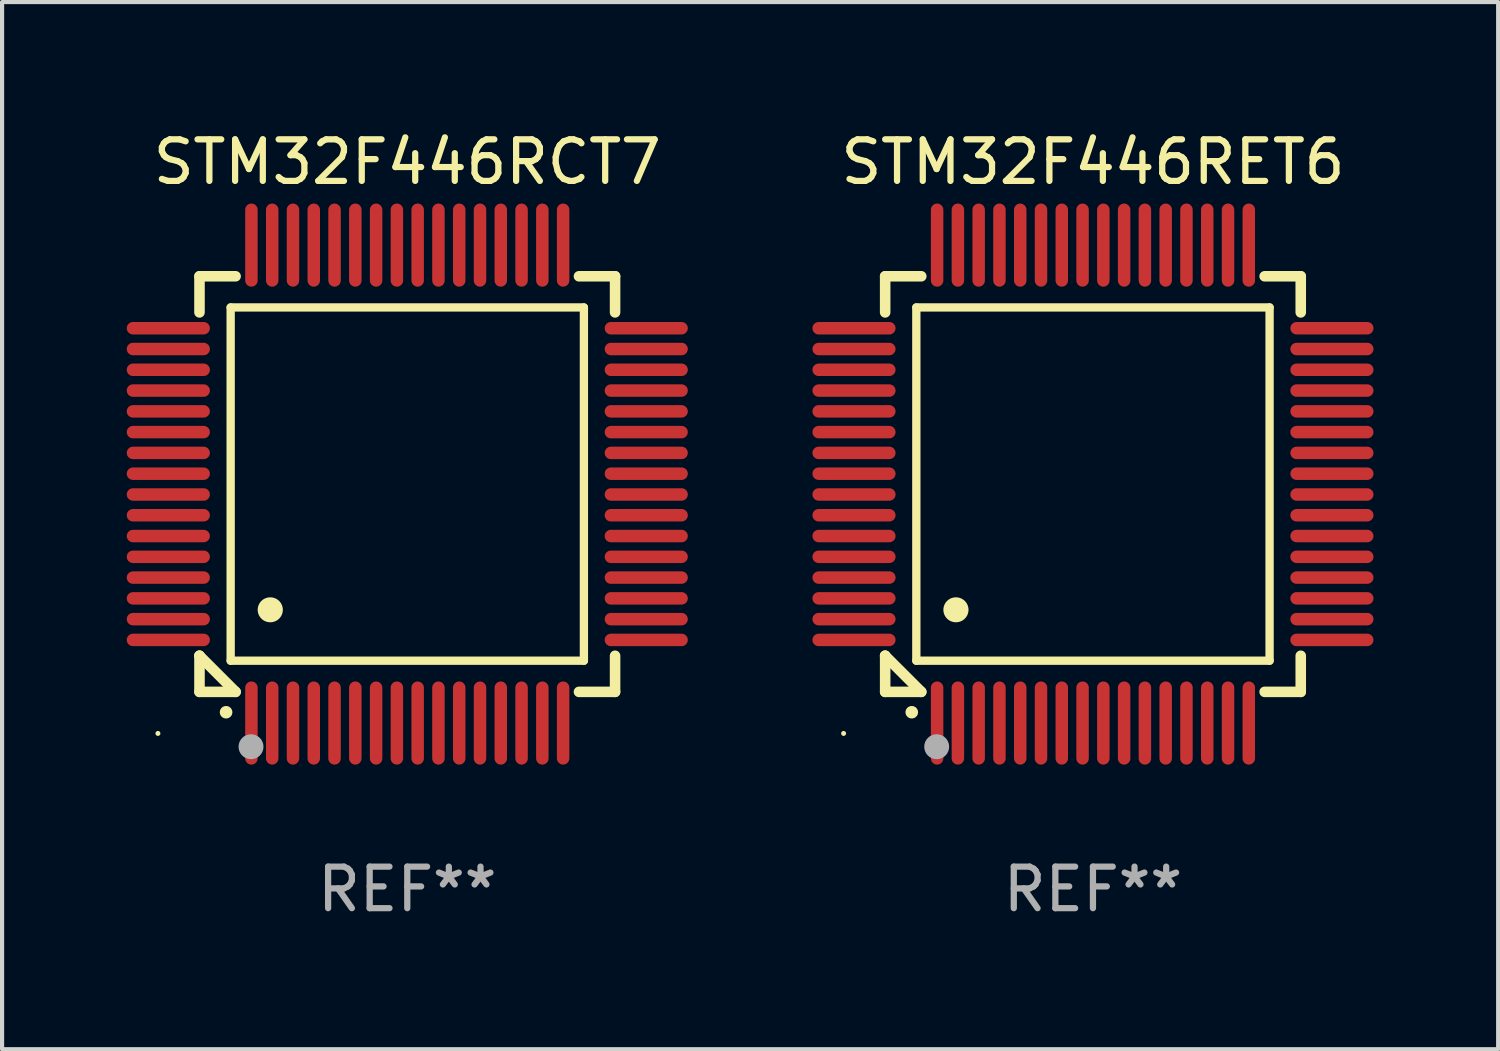
<source format=kicad_pcb>
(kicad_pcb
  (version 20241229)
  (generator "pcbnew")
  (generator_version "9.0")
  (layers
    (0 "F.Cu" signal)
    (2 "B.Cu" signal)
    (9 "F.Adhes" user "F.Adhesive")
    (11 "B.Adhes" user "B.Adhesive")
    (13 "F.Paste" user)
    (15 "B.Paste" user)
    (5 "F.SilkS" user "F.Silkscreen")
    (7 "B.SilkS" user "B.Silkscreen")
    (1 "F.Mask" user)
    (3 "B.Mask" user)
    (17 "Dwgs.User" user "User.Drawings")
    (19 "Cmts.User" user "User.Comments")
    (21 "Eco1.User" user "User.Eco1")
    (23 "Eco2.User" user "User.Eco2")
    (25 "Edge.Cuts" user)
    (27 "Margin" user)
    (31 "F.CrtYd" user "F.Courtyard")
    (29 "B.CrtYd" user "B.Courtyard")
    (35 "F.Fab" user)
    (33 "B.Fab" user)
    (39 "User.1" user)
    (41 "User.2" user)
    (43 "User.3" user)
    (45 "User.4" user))
  (footprint "STM32F446RET6"
    (layer "F.Cu")
    (at 23.249 8.598)
    (property "Reference" "STM32F446RET6" (at 0 -7.75 0) (layer "F.SilkS") (effects (font (size 1 1) (thickness 0.15))))
    (attr through_hole)
    (fp_line (start -5 -5) (end -4.131 -5) (stroke (width 0.254) (type solid)) (layer "F.SilkS"))
    (fp_line (start -5 -4.131) (end -5 -5) (stroke (width 0.254) (type solid)) (layer "F.SilkS"))
    (fp_line (start -5 4.131) (end -5 4.131) (stroke (width 0.254) (type solid)) (layer "F.SilkS"))
    (fp_line (start -5 5) (end -5 4.131) (stroke (width 0.254) (type solid)) (layer "F.SilkS"))
    (fp_line (start -5 4.131) (end -4.131 5) (stroke (width 0.254) (type solid)) (layer "F.SilkS"))
    (fp_line (start -4.25 -4.25) (end -4.25 4.25) (stroke (width 0.2) (type solid)) (layer "F.SilkS"))
    (fp_line (start -4.25 4.25) (end 4.25 4.25) (stroke (width 0.2) (type solid)) (layer "F.SilkS"))
    (fp_line (start -4.131 5) (end -5 5) (stroke (width 0.254) (type solid)) (layer "F.SilkS"))
    (fp_line (start 4.25 -4.25) (end -4.25 -4.25) (stroke (width 0.2) (type solid)) (layer "F.SilkS"))
    (fp_line (start 4.25 4.25) (end 4.25 -4.25) (stroke (width 0.2) (type solid)) (layer "F.SilkS"))
    (fp_line (start 5 -5) (end 4.131 -5) (stroke (width 0.254) (type solid)) (layer "F.SilkS"))
    (fp_line (start 5 -5) (end 5 -4.131) (stroke (width 0.254) (type solid)) (layer "F.SilkS"))
    (fp_line (start 5 4.131) (end 5 5) (stroke (width 0.254) (type solid)) (layer "F.SilkS"))
    (fp_line (start 5 5) (end 4.131 5) (stroke (width 0.254) (type solid)) (layer "F.SilkS"))
    (fp_arc (start -4.361265 5.489992) (mid -4.359995 5.489987) (end -4.358725 5.489992) (stroke (width 0.3) (type solid)) (layer "F.SilkS"))
    (fp_arc (start -3.299467 3.025146) (mid -3.296927 3.025135) (end -3.294387 3.025146) (stroke (width 0.6) (type solid)) (layer "F.SilkS"))
    (fp_circle (center -6 6) (end -5.97 6) (stroke (width 0.06) (type solid)) (fill no) (layer "F.SilkS"))
    (fp_circle (center -3.76 6.32) (end -3.61 6.32) (stroke (width 0.3) (type solid)) (fill no) (layer "F.Fab"))
    (fp_text user "REF**" (at 0 9.75 0) (layer "F.Fab") (effects (font (size 1 1) (thickness 0.15))))
    (pad "1" smd oval (at -3.75 5.75) (size 0.3 2) (layers "F.Cu" "F.Mask" "F.Paste"))
    (pad "2" smd oval (at -3.25 5.75) (size 0.3 2) (layers "F.Cu" "F.Mask" "F.Paste"))
    (pad "3" smd oval (at -2.75 5.75) (size 0.3 2) (layers "F.Cu" "F.Mask" "F.Paste"))
    (pad "4" smd oval (at -2.25 5.75) (size 0.3 2) (layers "F.Cu" "F.Mask" "F.Paste"))
    (pad "5" smd oval (at -1.75 5.75) (size 0.3 2) (layers "F.Cu" "F.Mask" "F.Paste"))
    (pad "6" smd oval (at -1.25 5.75) (size 0.3 2) (layers "F.Cu" "F.Mask" "F.Paste"))
    (pad "7" smd oval (at -0.75 5.75) (size 0.3 2) (layers "F.Cu" "F.Mask" "F.Paste"))
    (pad "8" smd oval (at -0.25 5.75) (size 0.3 2) (layers "F.Cu" "F.Mask" "F.Paste"))
    (pad "9" smd oval (at 0.25 5.75) (size 0.3 2) (layers "F.Cu" "F.Mask" "F.Paste"))
    (pad "10" smd oval (at 0.75 5.75) (size 0.3 2) (layers "F.Cu" "F.Mask" "F.Paste"))
    (pad "11" smd oval (at 1.25 5.75) (size 0.3 2) (layers "F.Cu" "F.Mask" "F.Paste"))
    (pad "12" smd oval (at 1.75 5.75) (size 0.3 2) (layers "F.Cu" "F.Mask" "F.Paste"))
    (pad "13" smd oval (at 2.25 5.75) (size 0.3 2) (layers "F.Cu" "F.Mask" "F.Paste"))
    (pad "14" smd oval (at 2.75 5.75) (size 0.3 2) (layers "F.Cu" "F.Mask" "F.Paste"))
    (pad "15" smd oval (at 3.25 5.75) (size 0.3 2) (layers "F.Cu" "F.Mask" "F.Paste"))
    (pad "16" smd oval (at 3.75 5.75) (size 0.3 2) (layers "F.Cu" "F.Mask" "F.Paste"))
    (pad "17" smd oval (at 5.75 3.75) (size 2 0.3) (layers "F.Cu" "F.Mask" "F.Paste"))
    (pad "18" smd oval (at 5.75 3.25) (size 2 0.3) (layers "F.Cu" "F.Mask" "F.Paste"))
    (pad "19" smd oval (at 5.75 2.75) (size 2 0.3) (layers "F.Cu" "F.Mask" "F.Paste"))
    (pad "20" smd oval (at 5.75 2.25) (size 2 0.3) (layers "F.Cu" "F.Mask" "F.Paste"))
    (pad "21" smd oval (at 5.75 1.75) (size 2 0.3) (layers "F.Cu" "F.Mask" "F.Paste"))
    (pad "22" smd oval (at 5.75 1.25) (size 2 0.3) (layers "F.Cu" "F.Mask" "F.Paste"))
    (pad "23" smd oval (at 5.75 0.75) (size 2 0.3) (layers "F.Cu" "F.Mask" "F.Paste"))
    (pad "24" smd oval (at 5.75 0.25) (size 2 0.3) (layers "F.Cu" "F.Mask" "F.Paste"))
    (pad "25" smd oval (at 5.75 -0.25) (size 2 0.3) (layers "F.Cu" "F.Mask" "F.Paste"))
    (pad "26" smd oval (at 5.75 -0.75) (size 2 0.3) (layers "F.Cu" "F.Mask" "F.Paste"))
    (pad "27" smd oval (at 5.75 -1.25) (size 2 0.3) (layers "F.Cu" "F.Mask" "F.Paste"))
    (pad "28" smd oval (at 5.75 -1.75) (size 2 0.3) (layers "F.Cu" "F.Mask" "F.Paste"))
    (pad "29" smd oval (at 5.75 -2.25) (size 2 0.3) (layers "F.Cu" "F.Mask" "F.Paste"))
    (pad "30" smd oval (at 5.75 -2.75) (size 2 0.3) (layers "F.Cu" "F.Mask" "F.Paste"))
    (pad "31" smd oval (at 5.75 -3.25) (size 2 0.3) (layers "F.Cu" "F.Mask" "F.Paste"))
    (pad "32" smd oval (at 5.75 -3.75) (size 2 0.3) (layers "F.Cu" "F.Mask" "F.Paste"))
    (pad "33" smd oval (at 3.75 -5.75) (size 0.3 2) (layers "F.Cu" "F.Mask" "F.Paste"))
    (pad "34" smd oval (at 3.25 -5.75) (size 0.3 2) (layers "F.Cu" "F.Mask" "F.Paste"))
    (pad "35" smd oval (at 2.75 -5.75) (size 0.3 2) (layers "F.Cu" "F.Mask" "F.Paste"))
    (pad "36" smd oval (at 2.25 -5.75) (size 0.3 2) (layers "F.Cu" "F.Mask" "F.Paste"))
    (pad "37" smd oval (at 1.75 -5.75) (size 0.3 2) (layers "F.Cu" "F.Mask" "F.Paste"))
    (pad "38" smd oval (at 1.25 -5.75) (size 0.3 2) (layers "F.Cu" "F.Mask" "F.Paste"))
    (pad "39" smd oval (at 0.75 -5.75) (size 0.3 2) (layers "F.Cu" "F.Mask" "F.Paste"))
    (pad "40" smd oval (at 0.25 -5.75) (size 0.3 2) (layers "F.Cu" "F.Mask" "F.Paste"))
    (pad "41" smd oval (at -0.25 -5.75) (size 0.3 2) (layers "F.Cu" "F.Mask" "F.Paste"))
    (pad "42" smd oval (at -0.75 -5.75) (size 0.3 2) (layers "F.Cu" "F.Mask" "F.Paste"))
    (pad "43" smd oval (at -1.25 -5.75) (size 0.3 2) (layers "F.Cu" "F.Mask" "F.Paste"))
    (pad "44" smd oval (at -1.75 -5.75) (size 0.3 2) (layers "F.Cu" "F.Mask" "F.Paste"))
    (pad "45" smd oval (at -2.25 -5.75) (size 0.3 2) (layers "F.Cu" "F.Mask" "F.Paste"))
    (pad "46" smd oval (at -2.75 -5.75) (size 0.3 2) (layers "F.Cu" "F.Mask" "F.Paste"))
    (pad "47" smd oval (at -3.25 -5.75) (size 0.3 2) (layers "F.Cu" "F.Mask" "F.Paste"))
    (pad "48" smd oval (at -3.75 -5.75) (size 0.3 2) (layers "F.Cu" "F.Mask" "F.Paste"))
    (pad "49" smd oval (at -5.75 -3.75) (size 2 0.3) (layers "F.Cu" "F.Mask" "F.Paste"))
    (pad "50" smd oval (at -5.75 -3.25) (size 2 0.3) (layers "F.Cu" "F.Mask" "F.Paste"))
    (pad "51" smd oval (at -5.75 -2.75) (size 2 0.3) (layers "F.Cu" "F.Mask" "F.Paste"))
    (pad "52" smd oval (at -5.75 -2.25) (size 2 0.3) (layers "F.Cu" "F.Mask" "F.Paste"))
    (pad "53" smd oval (at -5.75 -1.75) (size 2 0.3) (layers "F.Cu" "F.Mask" "F.Paste"))
    (pad "54" smd oval (at -5.75 -1.25) (size 2 0.3) (layers "F.Cu" "F.Mask" "F.Paste"))
    (pad "55" smd oval (at -5.75 -0.75) (size 2 0.3) (layers "F.Cu" "F.Mask" "F.Paste"))
    (pad "56" smd oval (at -5.75 -0.25) (size 2 0.3) (layers "F.Cu" "F.Mask" "F.Paste"))
    (pad "57" smd oval (at -5.75 0.25) (size 2 0.3) (layers "F.Cu" "F.Mask" "F.Paste"))
    (pad "58" smd oval (at -5.75 0.75) (size 2 0.3) (layers "F.Cu" "F.Mask" "F.Paste"))
    (pad "59" smd oval (at -5.75 1.25) (size 2 0.3) (layers "F.Cu" "F.Mask" "F.Paste"))
    (pad "60" smd oval (at -5.75 1.75) (size 2 0.3) (layers "F.Cu" "F.Mask" "F.Paste"))
    (pad "61" smd oval (at -5.75 2.25) (size 2 0.3) (layers "F.Cu" "F.Mask" "F.Paste"))
    (pad "62" smd oval (at -5.75 2.75) (size 2 0.3) (layers "F.Cu" "F.Mask" "F.Paste"))
    (pad "63" smd oval (at -5.75 3.25) (size 2 0.3) (layers "F.Cu" "F.Mask" "F.Paste"))
    (pad "64" smd oval (at -5.75 3.75) (size 2 0.3) (layers "F.Cu" "F.Mask" "F.Paste")))
  (footprint "STM32F446RCT7"
    (layer "F.Cu")
    (at 6.75 8.598)
    (property "Reference" "STM32F446RCT7" (at 0 -7.75 0) (layer "F.SilkS") (effects (font (size 1 1) (thickness 0.15))))
    (attr through_hole)
    (fp_line (start -5 -5) (end -4.131 -5) (stroke (width 0.254) (type solid)) (layer "F.SilkS"))
    (fp_line (start -5 -4.131) (end -5 -5) (stroke (width 0.254) (type solid)) (layer "F.SilkS"))
    (fp_line (start -5 4.131) (end -5 4.131) (stroke (width 0.254) (type solid)) (layer "F.SilkS"))
    (fp_line (start -5 5) (end -5 4.131) (stroke (width 0.254) (type solid)) (layer "F.SilkS"))
    (fp_line (start -5 4.131) (end -4.131 5) (stroke (width 0.254) (type solid)) (layer "F.SilkS"))
    (fp_line (start -4.25 -4.25) (end -4.25 4.25) (stroke (width 0.2) (type solid)) (layer "F.SilkS"))
    (fp_line (start -4.25 4.25) (end 4.25 4.25) (stroke (width 0.2) (type solid)) (layer "F.SilkS"))
    (fp_line (start -4.131 5) (end -5 5) (stroke (width 0.254) (type solid)) (layer "F.SilkS"))
    (fp_line (start 4.25 -4.25) (end -4.25 -4.25) (stroke (width 0.2) (type solid)) (layer "F.SilkS"))
    (fp_line (start 4.25 4.25) (end 4.25 -4.25) (stroke (width 0.2) (type solid)) (layer "F.SilkS"))
    (fp_line (start 5 -5) (end 4.131 -5) (stroke (width 0.254) (type solid)) (layer "F.SilkS"))
    (fp_line (start 5 -5) (end 5 -4.131) (stroke (width 0.254) (type solid)) (layer "F.SilkS"))
    (fp_line (start 5 4.131) (end 5 5) (stroke (width 0.254) (type solid)) (layer "F.SilkS"))
    (fp_line (start 5 5) (end 4.131 5) (stroke (width 0.254) (type solid)) (layer "F.SilkS"))
    (fp_arc (start -4.361265 5.489992) (mid -4.359995 5.489987) (end -4.358725 5.489992) (stroke (width 0.3) (type solid)) (layer "F.SilkS"))
    (fp_arc (start -3.299467 3.025146) (mid -3.296927 3.025135) (end -3.294387 3.025146) (stroke (width 0.6) (type solid)) (layer "F.SilkS"))
    (fp_circle (center -6 6) (end -5.97 6) (stroke (width 0.06) (type solid)) (fill no) (layer "F.SilkS"))
    (fp_circle (center -3.76 6.32) (end -3.61 6.32) (stroke (width 0.3) (type solid)) (fill no) (layer "F.Fab"))
    (fp_text user "REF**" (at 0 9.75 0) (layer "F.Fab") (effects (font (size 1 1) (thickness 0.15))))
    (pad "1" smd oval (at -3.75 5.75) (size 0.3 2) (layers "F.Cu" "F.Mask" "F.Paste"))
    (pad "2" smd oval (at -3.25 5.75) (size 0.3 2) (layers "F.Cu" "F.Mask" "F.Paste"))
    (pad "3" smd oval (at -2.75 5.75) (size 0.3 2) (layers "F.Cu" "F.Mask" "F.Paste"))
    (pad "4" smd oval (at -2.25 5.75) (size 0.3 2) (layers "F.Cu" "F.Mask" "F.Paste"))
    (pad "5" smd oval (at -1.75 5.75) (size 0.3 2) (layers "F.Cu" "F.Mask" "F.Paste"))
    (pad "6" smd oval (at -1.25 5.75) (size 0.3 2) (layers "F.Cu" "F.Mask" "F.Paste"))
    (pad "7" smd oval (at -0.75 5.75) (size 0.3 2) (layers "F.Cu" "F.Mask" "F.Paste"))
    (pad "8" smd oval (at -0.25 5.75) (size 0.3 2) (layers "F.Cu" "F.Mask" "F.Paste"))
    (pad "9" smd oval (at 0.25 5.75) (size 0.3 2) (layers "F.Cu" "F.Mask" "F.Paste"))
    (pad "10" smd oval (at 0.75 5.75) (size 0.3 2) (layers "F.Cu" "F.Mask" "F.Paste"))
    (pad "11" smd oval (at 1.25 5.75) (size 0.3 2) (layers "F.Cu" "F.Mask" "F.Paste"))
    (pad "12" smd oval (at 1.75 5.75) (size 0.3 2) (layers "F.Cu" "F.Mask" "F.Paste"))
    (pad "13" smd oval (at 2.25 5.75) (size 0.3 2) (layers "F.Cu" "F.Mask" "F.Paste"))
    (pad "14" smd oval (at 2.75 5.75) (size 0.3 2) (layers "F.Cu" "F.Mask" "F.Paste"))
    (pad "15" smd oval (at 3.25 5.75) (size 0.3 2) (layers "F.Cu" "F.Mask" "F.Paste"))
    (pad "16" smd oval (at 3.75 5.75) (size 0.3 2) (layers "F.Cu" "F.Mask" "F.Paste"))
    (pad "17" smd oval (at 5.75 3.75) (size 2 0.3) (layers "F.Cu" "F.Mask" "F.Paste"))
    (pad "18" smd oval (at 5.75 3.25) (size 2 0.3) (layers "F.Cu" "F.Mask" "F.Paste"))
    (pad "19" smd oval (at 5.75 2.75) (size 2 0.3) (layers "F.Cu" "F.Mask" "F.Paste"))
    (pad "20" smd oval (at 5.75 2.25) (size 2 0.3) (layers "F.Cu" "F.Mask" "F.Paste"))
    (pad "21" smd oval (at 5.75 1.75) (size 2 0.3) (layers "F.Cu" "F.Mask" "F.Paste"))
    (pad "22" smd oval (at 5.75 1.25) (size 2 0.3) (layers "F.Cu" "F.Mask" "F.Paste"))
    (pad "23" smd oval (at 5.75 0.75) (size 2 0.3) (layers "F.Cu" "F.Mask" "F.Paste"))
    (pad "24" smd oval (at 5.75 0.25) (size 2 0.3) (layers "F.Cu" "F.Mask" "F.Paste"))
    (pad "25" smd oval (at 5.75 -0.25) (size 2 0.3) (layers "F.Cu" "F.Mask" "F.Paste"))
    (pad "26" smd oval (at 5.75 -0.75) (size 2 0.3) (layers "F.Cu" "F.Mask" "F.Paste"))
    (pad "27" smd oval (at 5.75 -1.25) (size 2 0.3) (layers "F.Cu" "F.Mask" "F.Paste"))
    (pad "28" smd oval (at 5.75 -1.75) (size 2 0.3) (layers "F.Cu" "F.Mask" "F.Paste"))
    (pad "29" smd oval (at 5.75 -2.25) (size 2 0.3) (layers "F.Cu" "F.Mask" "F.Paste"))
    (pad "30" smd oval (at 5.75 -2.75) (size 2 0.3) (layers "F.Cu" "F.Mask" "F.Paste"))
    (pad "31" smd oval (at 5.75 -3.25) (size 2 0.3) (layers "F.Cu" "F.Mask" "F.Paste"))
    (pad "32" smd oval (at 5.75 -3.75) (size 2 0.3) (layers "F.Cu" "F.Mask" "F.Paste"))
    (pad "33" smd oval (at 3.75 -5.75) (size 0.3 2) (layers "F.Cu" "F.Mask" "F.Paste"))
    (pad "34" smd oval (at 3.25 -5.75) (size 0.3 2) (layers "F.Cu" "F.Mask" "F.Paste"))
    (pad "35" smd oval (at 2.75 -5.75) (size 0.3 2) (layers "F.Cu" "F.Mask" "F.Paste"))
    (pad "36" smd oval (at 2.25 -5.75) (size 0.3 2) (layers "F.Cu" "F.Mask" "F.Paste"))
    (pad "37" smd oval (at 1.75 -5.75) (size 0.3 2) (layers "F.Cu" "F.Mask" "F.Paste"))
    (pad "38" smd oval (at 1.25 -5.75) (size 0.3 2) (layers "F.Cu" "F.Mask" "F.Paste"))
    (pad "39" smd oval (at 0.75 -5.75) (size 0.3 2) (layers "F.Cu" "F.Mask" "F.Paste"))
    (pad "40" smd oval (at 0.25 -5.75) (size 0.3 2) (layers "F.Cu" "F.Mask" "F.Paste"))
    (pad "41" smd oval (at -0.25 -5.75) (size 0.3 2) (layers "F.Cu" "F.Mask" "F.Paste"))
    (pad "42" smd oval (at -0.75 -5.75) (size 0.3 2) (layers "F.Cu" "F.Mask" "F.Paste"))
    (pad "43" smd oval (at -1.25 -5.75) (size 0.3 2) (layers "F.Cu" "F.Mask" "F.Paste"))
    (pad "44" smd oval (at -1.75 -5.75) (size 0.3 2) (layers "F.Cu" "F.Mask" "F.Paste"))
    (pad "45" smd oval (at -2.25 -5.75) (size 0.3 2) (layers "F.Cu" "F.Mask" "F.Paste"))
    (pad "46" smd oval (at -2.75 -5.75) (size 0.3 2) (layers "F.Cu" "F.Mask" "F.Paste"))
    (pad "47" smd oval (at -3.25 -5.75) (size 0.3 2) (layers "F.Cu" "F.Mask" "F.Paste"))
    (pad "48" smd oval (at -3.75 -5.75) (size 0.3 2) (layers "F.Cu" "F.Mask" "F.Paste"))
    (pad "49" smd oval (at -5.75 -3.75) (size 2 0.3) (layers "F.Cu" "F.Mask" "F.Paste"))
    (pad "50" smd oval (at -5.75 -3.25) (size 2 0.3) (layers "F.Cu" "F.Mask" "F.Paste"))
    (pad "51" smd oval (at -5.75 -2.75) (size 2 0.3) (layers "F.Cu" "F.Mask" "F.Paste"))
    (pad "52" smd oval (at -5.75 -2.25) (size 2 0.3) (layers "F.Cu" "F.Mask" "F.Paste"))
    (pad "53" smd oval (at -5.75 -1.75) (size 2 0.3) (layers "F.Cu" "F.Mask" "F.Paste"))
    (pad "54" smd oval (at -5.75 -1.25) (size 2 0.3) (layers "F.Cu" "F.Mask" "F.Paste"))
    (pad "55" smd oval (at -5.75 -0.75) (size 2 0.3) (layers "F.Cu" "F.Mask" "F.Paste"))
    (pad "56" smd oval (at -5.75 -0.25) (size 2 0.3) (layers "F.Cu" "F.Mask" "F.Paste"))
    (pad "57" smd oval (at -5.75 0.25) (size 2 0.3) (layers "F.Cu" "F.Mask" "F.Paste"))
    (pad "58" smd oval (at -5.75 0.75) (size 2 0.3) (layers "F.Cu" "F.Mask" "F.Paste"))
    (pad "59" smd oval (at -5.75 1.25) (size 2 0.3) (layers "F.Cu" "F.Mask" "F.Paste"))
    (pad "60" smd oval (at -5.75 1.75) (size 2 0.3) (layers "F.Cu" "F.Mask" "F.Paste"))
    (pad "61" smd oval (at -5.75 2.25) (size 2 0.3) (layers "F.Cu" "F.Mask" "F.Paste"))
    (pad "62" smd oval (at -5.75 2.75) (size 2 0.3) (layers "F.Cu" "F.Mask" "F.Paste"))
    (pad "63" smd oval (at -5.75 3.25) (size 2 0.3) (layers "F.Cu" "F.Mask" "F.Paste"))
    (pad "64" smd oval (at -5.75 3.75) (size 2 0.3) (layers "F.Cu" "F.Mask" "F.Paste")))
  (gr_rect
    (start -3 -3)
    (end 32.999 22.196)
    (stroke (width 0.1) (type default))
    (fill no)
    (layer "Edge.Cuts")))
</source>
